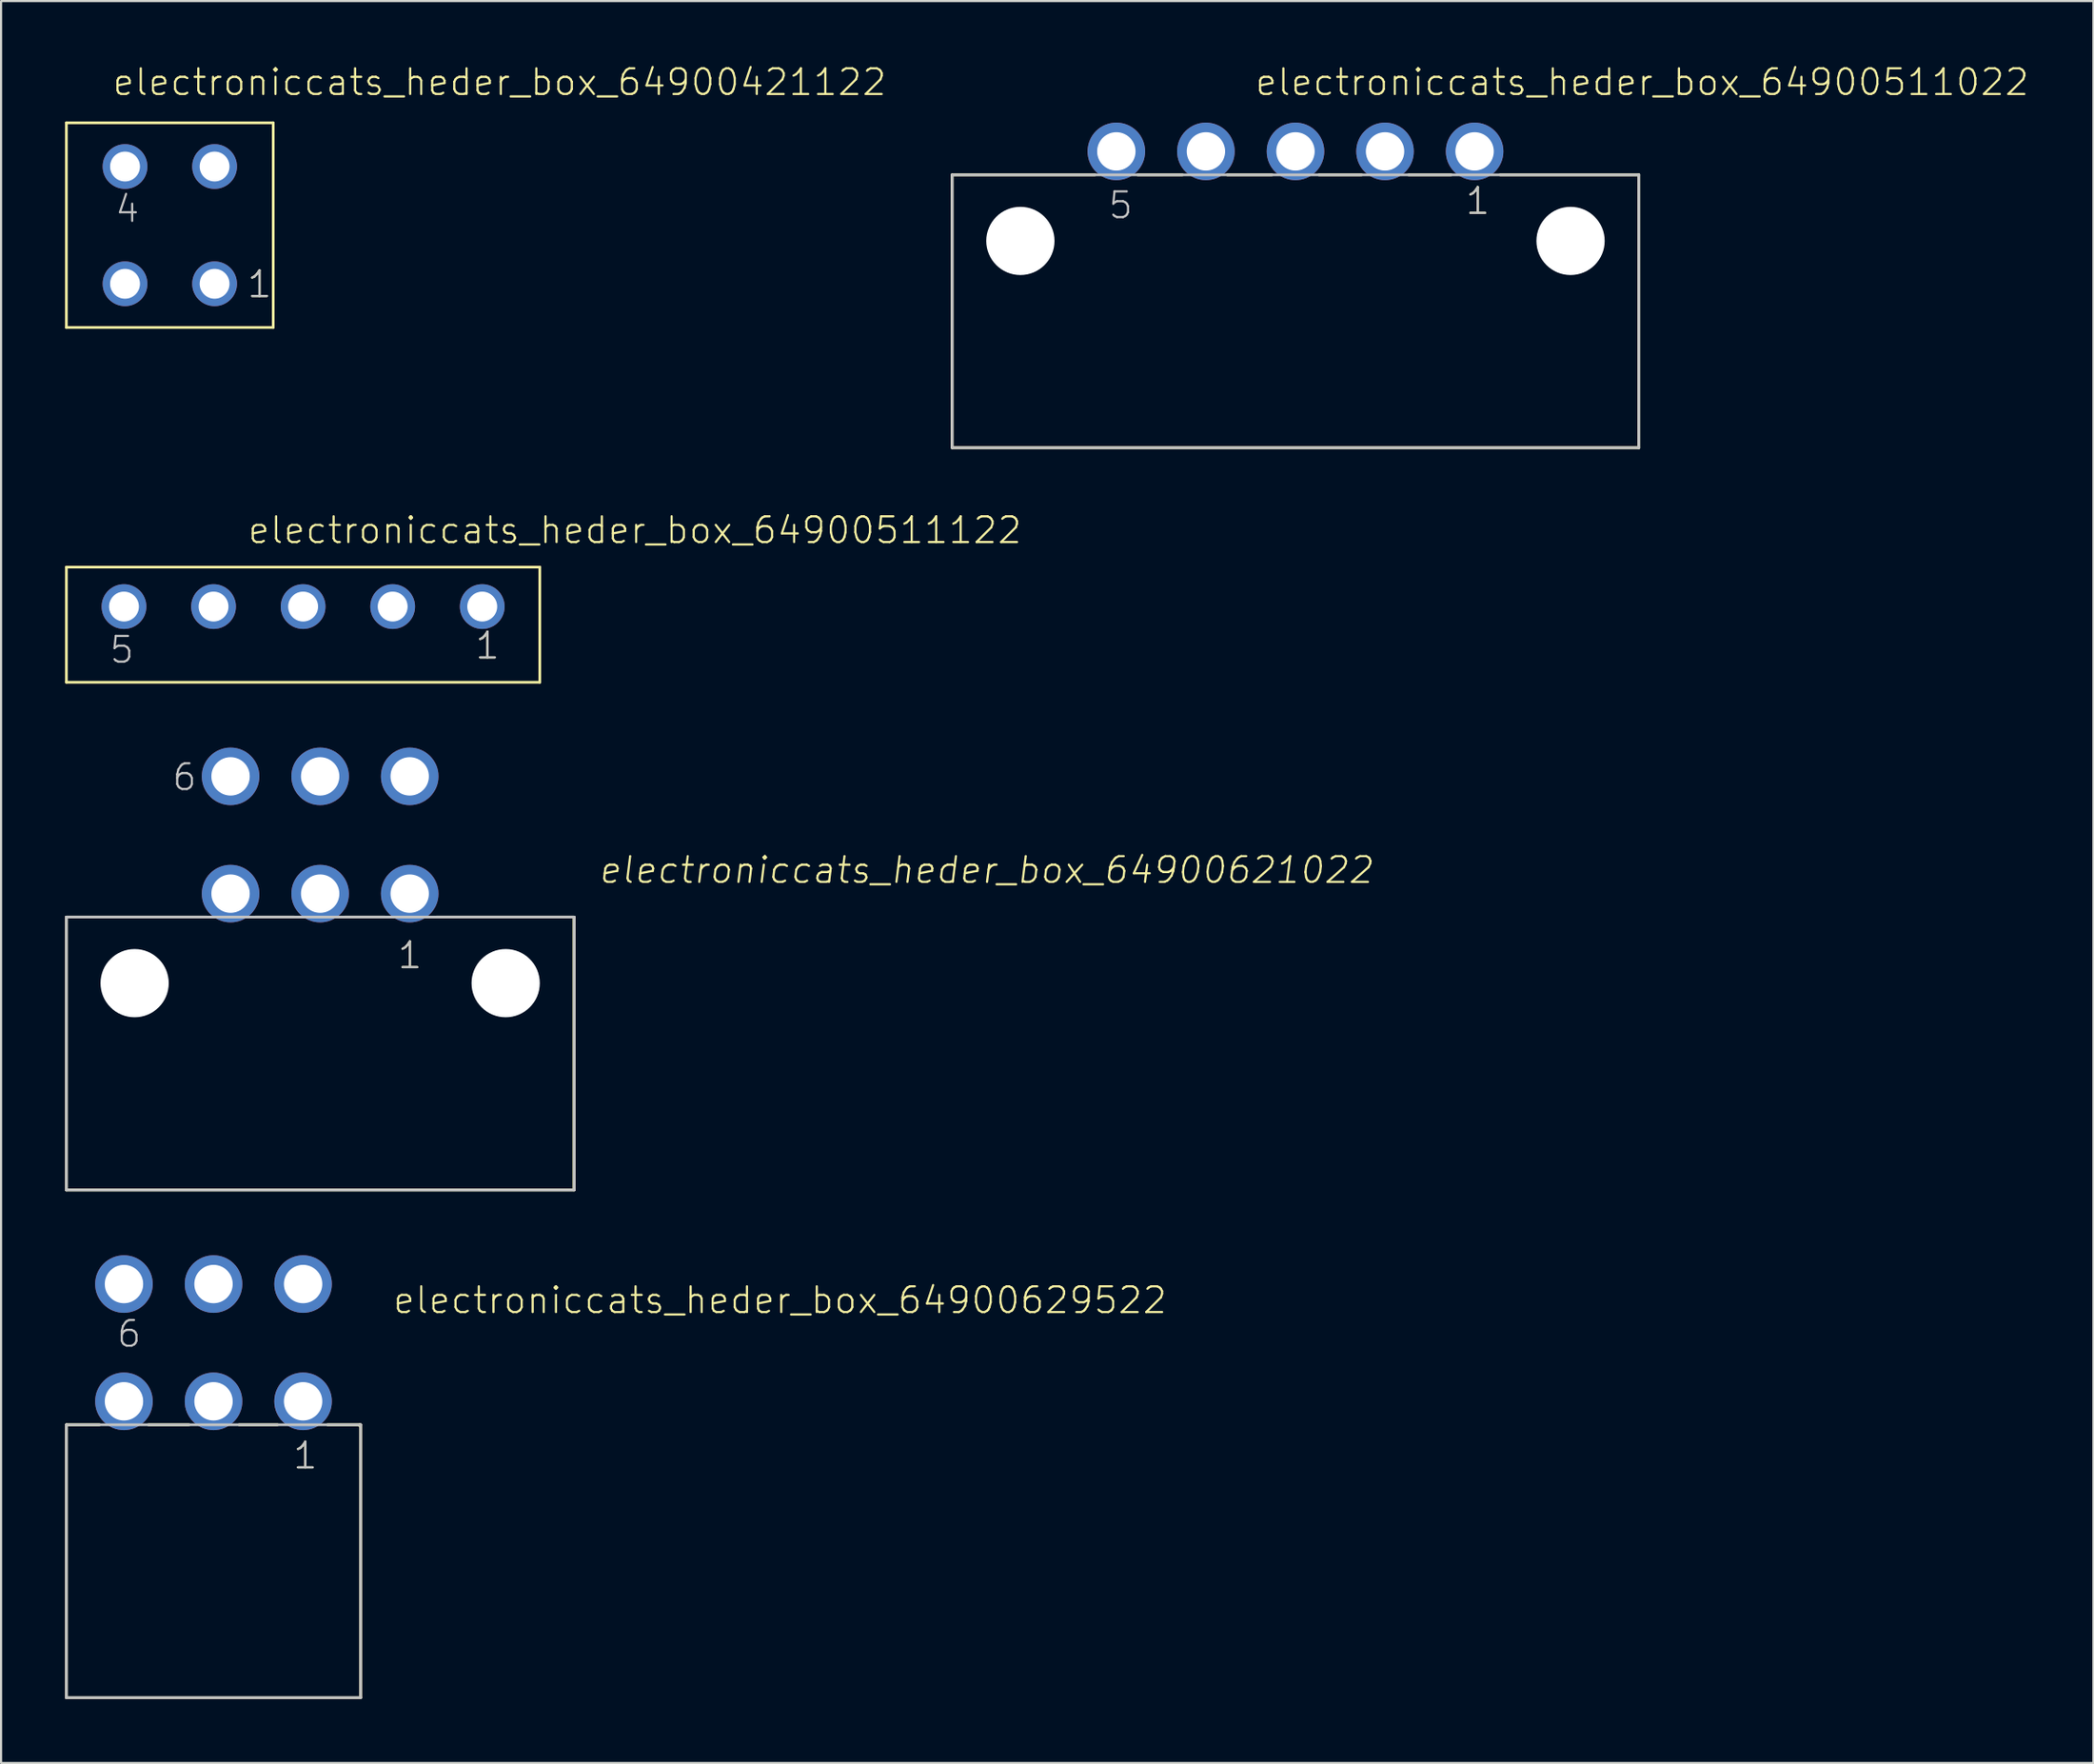
<source format=kicad_pcb>
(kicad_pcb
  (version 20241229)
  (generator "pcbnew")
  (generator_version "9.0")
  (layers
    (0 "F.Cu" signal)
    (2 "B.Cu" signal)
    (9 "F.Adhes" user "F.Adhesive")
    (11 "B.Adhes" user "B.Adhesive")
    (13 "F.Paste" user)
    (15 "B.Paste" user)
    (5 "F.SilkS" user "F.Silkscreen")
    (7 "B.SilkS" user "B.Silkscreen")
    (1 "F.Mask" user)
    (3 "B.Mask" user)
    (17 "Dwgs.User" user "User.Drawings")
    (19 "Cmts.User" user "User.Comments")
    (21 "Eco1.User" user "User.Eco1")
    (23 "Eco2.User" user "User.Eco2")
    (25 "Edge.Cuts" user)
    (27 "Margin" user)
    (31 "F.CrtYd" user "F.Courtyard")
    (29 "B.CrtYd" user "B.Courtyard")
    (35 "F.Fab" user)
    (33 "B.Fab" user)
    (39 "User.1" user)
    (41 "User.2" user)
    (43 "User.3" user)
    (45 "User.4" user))
  (footprint "electroniccats_heder_box_64900511022"
    (layer "F.Cu")
    (at 57.7 8.251)
    (property "Reference" "electroniccats_heder_box_64900511022" (at -1.955 -6.74 0) (layer "F.SilkS") (effects (font (size 1.206 1.206) (thickness 0.102)) (justify left bottom)))
    (attr through_hole)
    (fp_line (start -16.1 -3.1) (end -9.4 -3.1) (stroke (width 0.127) (type solid)) (layer "F.SilkS"))
    (fp_line (start -16.1 9.7) (end -16.1 -3.1) (stroke (width 0.127) (type solid)) (layer "F.SilkS"))
    (fp_line (start -7.4 -3.1) (end -5.3 -3.1) (stroke (width 0.127) (type solid)) (layer "F.SilkS"))
    (fp_line (start -3.2 -3.1) (end -1.1 -3.1) (stroke (width 0.127) (type solid)) (layer "F.SilkS"))
    (fp_line (start 1.1 -3.1) (end 3.1 -3.1) (stroke (width 0.127) (type solid)) (layer "F.SilkS"))
    (fp_line (start 5.3 -3.1) (end 7.3 -3.1) (stroke (width 0.127) (type solid)) (layer "F.SilkS"))
    (fp_line (start 9.6 -3.1) (end 16.1 -3.1) (stroke (width 0.127) (type solid)) (layer "F.SilkS"))
    (fp_line (start 16.1 -3.1) (end 16.1 9.7) (stroke (width 0.127) (type solid)) (layer "F.SilkS"))
    (fp_line (start 16.1 9.7) (end -16.1 9.7) (stroke (width 0.127) (type solid)) (layer "F.SilkS"))
    (fp_line (start -16.1 -3.1) (end 16.1 -3.1) (stroke (width 0.127) (type solid)) (layer "Dwgs.User"))
    (fp_line (start -16.1 9.7) (end -16.1 -3.1) (stroke (width 0.127) (type solid)) (layer "Dwgs.User"))
    (fp_line (start 16.1 -3.1) (end 16.1 9.7) (stroke (width 0.127) (type solid)) (layer "Dwgs.User"))
    (fp_line (start 16.1 9.7) (end -16.1 9.7) (stroke (width 0.127) (type solid)) (layer "Dwgs.User"))
    (fp_text user "1" (at 7.905 -1.165 0) (layer "F.SilkS") (effects (font (size 1.206 1.206) (thickness 0.102)) (justify left bottom)))
    (fp_text user "1" (at 7.905 -1.165 0) (layer "Dwgs.User") (effects (font (size 1.206 1.206) (thickness 0.102)) (justify left bottom)))
    (fp_text user "5" (at -8.84 -0.965 0) (layer "Dwgs.User") (effects (font (size 1.206 1.206) (thickness 0.102)) (justify left bottom)))
    (pad "" np_thru_hole circle (at -12.9 0) (size 3.2 3.2) (drill 3.2) (layers "*.Cu"))
    (pad "" np_thru_hole circle (at 12.9 0) (size 3.2 3.2) (drill 3.2) (layers "*.Cu"))
    (pad "1" thru_hole circle (at 8.4 -4.2) (size 2.7 2.7) (drill 1.8) (layers "*.Cu" "*.Mask"))
    (pad "2" thru_hole circle (at 4.2 -4.2) (size 2.7 2.7) (drill 1.8) (layers "*.Cu" "*.Mask"))
    (pad "3" thru_hole circle (at 0 -4.2) (size 2.7 2.7) (drill 1.8) (layers "*.Cu" "*.Mask"))
    (pad "4" thru_hole circle (at -4.2 -4.2) (size 2.7 2.7) (drill 1.8) (layers "*.Cu" "*.Mask"))
    (pad "5" thru_hole circle (at -8.4 -4.2) (size 2.7 2.7) (drill 1.8) (layers "*.Cu" "*.Mask")))
  (footprint "electroniccats_heder_box_64900421122"
    (layer "F.Cu")
    (at 4.913 7.511)
    (property "Reference" "electroniccats_heder_box_64900421122" (at -2.75 -6 0) (layer "F.SilkS") (effects (font (size 1.206 1.206) (thickness 0.102)) (justify left bottom)))
    (attr through_hole)
    (fp_line (start -4.85 -4.8) (end 4.85 -4.8) (stroke (width 0.127) (type solid)) (layer "F.SilkS"))
    (fp_line (start -4.85 4.8) (end -4.85 -4.8) (stroke (width 0.127) (type solid)) (layer "F.SilkS"))
    (fp_line (start 4.85 -4.8) (end 4.85 4.8) (stroke (width 0.127) (type solid)) (layer "F.SilkS"))
    (fp_line (start 4.85 4.8) (end -4.85 4.8) (stroke (width 0.127) (type solid)) (layer "F.SilkS"))
    (fp_text user "1" (at 3.565 3.475 0) (layer "F.SilkS") (effects (font (size 1.206 1.206) (thickness 0.102)) (justify left bottom)))
    (fp_text user "1" (at 3.565 3.475 0) (layer "Dwgs.User") (effects (font (size 1.206 1.206) (thickness 0.102)) (justify left bottom)))
    (fp_text user "4" (at -2.635 -0.05 0) (layer "Dwgs.User") (effects (font (size 1.206 1.206) (thickness 0.102)) (justify left bottom)))
    (pad "1" thru_hole circle (at 2.1 2.75) (size 2.1 2.1) (drill 1.4) (layers "*.Cu" "*.Mask"))
    (pad "2" thru_hole circle (at -2.1 2.75) (size 2.1 2.1) (drill 1.4) (layers "*.Cu" "*.Mask"))
    (pad "3" thru_hole circle (at 2.1 -2.75) (size 2.1 2.1) (drill 1.4) (layers "*.Cu" "*.Mask"))
    (pad "4" thru_hole circle (at -2.1 -2.75) (size 2.1 2.1) (drill 1.4) (layers "*.Cu" "*.Mask")))
  (footprint "electroniccats_heder_box_64900621022"
    (layer "F.Cu")
    (at 11.963 43.065)
    (property "Reference" "electroniccats_heder_box_64900621022" (at 13.008 -4.6 0) (layer "F.SilkS") (effects (font (size 1.206 1.206) (thickness 0.102) (italic yes)) (justify left bottom)))
    (attr through_hole)
    (fp_line (start -11.9 -3.1) (end -5.3 -3.1) (stroke (width 0.127) (type solid)) (layer "F.SilkS"))
    (fp_line (start -11.9 9.7) (end -11.9 -3.1) (stroke (width 0.127) (type solid)) (layer "F.SilkS"))
    (fp_line (start -3.05 -3.1) (end -1.2 -3.1) (stroke (width 0.127) (type solid)) (layer "F.SilkS"))
    (fp_line (start 1.15 -3.1) (end 3.05 -3.1) (stroke (width 0.127) (type solid)) (layer "F.SilkS"))
    (fp_line (start 5.45 -3.1) (end 11.9 -3.1) (stroke (width 0.127) (type solid)) (layer "F.SilkS"))
    (fp_line (start 11.9 -3.1) (end 11.9 9.7) (stroke (width 0.127) (type solid)) (layer "F.SilkS"))
    (fp_line (start 11.9 9.7) (end -11.9 9.7) (stroke (width 0.127) (type solid)) (layer "F.SilkS"))
    (fp_line (start -11.9 -3.1) (end 11.915 -3.1) (stroke (width 0.127) (type solid)) (layer "Dwgs.User"))
    (fp_line (start -11.9 9.7) (end -11.9 -3.1) (stroke (width 0.127) (type solid)) (layer "Dwgs.User"))
    (fp_line (start 11.915 -3.1) (end 11.915 9.7) (stroke (width 0.127) (type solid)) (layer "Dwgs.User"))
    (fp_line (start 11.915 9.7) (end -11.9 9.7) (stroke (width 0.127) (type solid)) (layer "Dwgs.User"))
    (fp_text user "1" (at 3.565 -0.6 0) (layer "F.SilkS") (effects (font (size 1.206 1.206) (thickness 0.102)) (justify left bottom)))
    (fp_text user "1" (at 3.565 -0.6 0) (layer "Dwgs.User") (effects (font (size 1.206 1.206) (thickness 0.102)) (justify left bottom)))
    (fp_text user "6" (at -7 -8.955 0) (layer "Dwgs.User") (effects (font (size 1.206 1.206) (thickness 0.102)) (justify left bottom)))
    (pad "" np_thru_hole circle (at -8.7 0) (size 3.2 3.2) (drill 3.2) (layers "*.Cu"))
    (pad "" np_thru_hole circle (at 8.7 0) (size 3.2 3.2) (drill 3.2) (layers "*.Cu"))
    (pad "1" thru_hole circle (at 4.2 -4.2) (size 2.7 2.7) (drill 1.8) (layers "*.Cu" "*.Mask"))
    (pad "2" thru_hole circle (at 0 -4.2) (size 2.7 2.7) (drill 1.8) (layers "*.Cu" "*.Mask"))
    (pad "3" thru_hole circle (at -4.2 -4.2) (size 2.7 2.7) (drill 1.8) (layers "*.Cu" "*.Mask"))
    (pad "4" thru_hole circle (at 4.2 -9.7) (size 2.7 2.7) (drill 1.8) (layers "*.Cu" "*.Mask"))
    (pad "5" thru_hole circle (at 0 -9.7) (size 2.7 2.7) (drill 1.8) (layers "*.Cu" "*.Mask"))
    (pad "6" thru_hole circle (at -4.2 -9.7) (size 2.7 2.7) (drill 1.8) (layers "*.Cu" "*.Mask")))
  (footprint "electroniccats_heder_box_64900511122"
    (layer "F.Cu")
    (at 11.164 25.401)
    (property "Reference" "electroniccats_heder_box_64900511122" (at -2.655 -2.875 0) (layer "F.SilkS") (effects (font (size 1.206 1.206) (thickness 0.102)) (justify left bottom)))
    (attr through_hole)
    (fp_line (start -11.1 -1.85) (end 11.1 -1.85) (stroke (width 0.127) (type solid)) (layer "F.SilkS"))
    (fp_line (start -11.1 3.55) (end -11.1 -1.85) (stroke (width 0.127) (type solid)) (layer "F.SilkS"))
    (fp_line (start 11.1 -1.85) (end 11.1 3.55) (stroke (width 0.127) (type solid)) (layer "F.SilkS"))
    (fp_line (start 11.1 3.55) (end -11.1 3.55) (stroke (width 0.127) (type solid)) (layer "F.SilkS"))
    (fp_text user "1" (at 8.005 2.535 0) (layer "F.SilkS") (effects (font (size 1.206 1.206) (thickness 0.102)) (justify left bottom)))
    (fp_text user "1" (at 8.005 2.535 0) (layer "Dwgs.User") (effects (font (size 1.206 1.206) (thickness 0.102)) (justify left bottom)))
    (fp_text user "5" (at -9.14 2.735 0) (layer "Dwgs.User") (effects (font (size 1.206 1.206) (thickness 0.102)) (justify left bottom)))
    (pad "1" thru_hole circle (at 8.4 0) (size 2.1 2.1) (drill 1.4) (layers "*.Cu" "*.Mask"))
    (pad "2" thru_hole circle (at 4.2 0) (size 2.1 2.1) (drill 1.4) (layers "*.Cu" "*.Mask"))
    (pad "3" thru_hole circle (at 0 0) (size 2.1 2.1) (drill 1.4) (layers "*.Cu" "*.Mask"))
    (pad "4" thru_hole circle (at -4.2 0) (size 2.1 2.1) (drill 1.4) (layers "*.Cu" "*.Mask"))
    (pad "5" thru_hole circle (at -8.4 0) (size 2.1 2.1) (drill 1.4) (layers "*.Cu" "*.Mask")))
  (footprint "electroniccats_heder_box_64900629522"
    (layer "F.Cu")
    (at 6.963 59.928)
    (property "Reference" "electroniccats_heder_box_64900629522" (at 8.352 -1.285 0) (layer "F.SilkS") (effects (font (size 1.206 1.206) (thickness 0.102)) (justify left bottom)))
    (attr through_hole)
    (fp_line (start -6.9 3.85) (end -5.35 3.85) (stroke (width 0.127) (type solid)) (layer "F.SilkS"))
    (fp_line (start -6.9 16.65) (end -6.9 3.85) (stroke (width 0.127) (type solid)) (layer "F.SilkS"))
    (fp_line (start -3.05 3.85) (end -1.15 3.85) (stroke (width 0.127) (type solid)) (layer "F.SilkS"))
    (fp_line (start 1.2 3.85) (end 3 3.85) (stroke (width 0.127) (type solid)) (layer "F.SilkS"))
    (fp_line (start 5.35 3.85) (end 6.85 3.85) (stroke (width 0.127) (type solid)) (layer "F.SilkS"))
    (fp_line (start 6.85 3.85) (end 6.85 3.9) (stroke (width 0.127) (type solid)) (layer "F.SilkS"))
    (fp_line (start 6.9 3.85) (end 6.9 16.65) (stroke (width 0.127) (type solid)) (layer "F.SilkS"))
    (fp_line (start 6.9 16.65) (end -6.9 16.65) (stroke (width 0.127) (type solid)) (layer "F.SilkS"))
    (fp_line (start -6.9 3.85) (end 6.9 3.85) (stroke (width 0.127) (type solid)) (layer "Dwgs.User"))
    (fp_line (start -6.9 16.65) (end -6.9 3.85) (stroke (width 0.127) (type solid)) (layer "Dwgs.User"))
    (fp_line (start 6.9 3.85) (end 6.9 16.65) (stroke (width 0.127) (type solid)) (layer "Dwgs.User"))
    (fp_line (start 6.9 16.65) (end -6.9 16.65) (stroke (width 0.127) (type solid)) (layer "Dwgs.User"))
    (fp_text user "1" (at 3.665 6 0) (layer "F.SilkS") (effects (font (size 1.206 1.206) (thickness 0.102)) (justify left bottom)))
    (fp_text user "1" (at 3.665 6 0) (layer "Dwgs.User") (effects (font (size 1.206 1.206) (thickness 0.102)) (justify left bottom)))
    (fp_text user "6" (at -4.6 0.295 0) (layer "Dwgs.User") (effects (font (size 1.206 1.206) (thickness 0.102)) (justify left bottom)))
    (pad "1" thru_hole circle (at 4.2 2.75) (size 2.7 2.7) (drill 1.8) (layers "*.Cu" "*.Mask"))
    (pad "2" thru_hole circle (at 0 2.75) (size 2.7 2.7) (drill 1.8) (layers "*.Cu" "*.Mask"))
    (pad "3" thru_hole circle (at -4.2 2.75) (size 2.7 2.7) (drill 1.8) (layers "*.Cu" "*.Mask"))
    (pad "4" thru_hole circle (at 4.2 -2.75) (size 2.7 2.7) (drill 1.8) (layers "*.Cu" "*.Mask"))
    (pad "5" thru_hole circle (at 0 -2.75) (size 2.7 2.7) (drill 1.8) (layers "*.Cu" "*.Mask"))
    (pad "6" thru_hole circle (at -4.2 -2.75) (size 2.7 2.7) (drill 1.8) (layers "*.Cu" "*.Mask")))
  (gr_rect
    (start -3 -3)
    (end 95.119 79.642)
    (stroke (width 0.1) (type default))
    (fill no)
    (layer "Edge.Cuts")))
</source>
